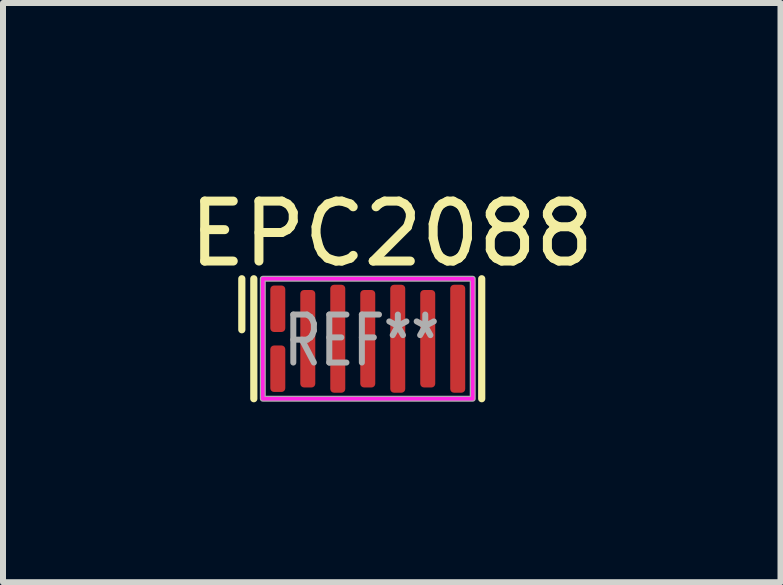
<source format=kicad_pcb>
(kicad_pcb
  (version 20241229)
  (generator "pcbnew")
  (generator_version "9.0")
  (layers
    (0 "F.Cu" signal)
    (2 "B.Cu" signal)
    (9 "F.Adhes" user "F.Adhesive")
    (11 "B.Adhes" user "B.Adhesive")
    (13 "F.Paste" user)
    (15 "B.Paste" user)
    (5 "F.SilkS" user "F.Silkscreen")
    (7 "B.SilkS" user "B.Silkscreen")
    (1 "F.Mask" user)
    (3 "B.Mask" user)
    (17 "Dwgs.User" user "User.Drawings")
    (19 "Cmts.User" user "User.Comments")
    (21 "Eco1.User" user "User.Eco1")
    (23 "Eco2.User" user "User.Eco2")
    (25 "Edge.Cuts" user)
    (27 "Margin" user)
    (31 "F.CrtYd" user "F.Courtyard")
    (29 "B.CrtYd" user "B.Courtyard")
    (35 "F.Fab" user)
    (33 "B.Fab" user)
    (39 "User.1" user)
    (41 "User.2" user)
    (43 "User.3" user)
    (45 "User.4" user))
  (footprint "EPC2088"
    (layer "F.Cu")
    (at 3.082 2.598)
    (property "Reference" "EPC2088" (at 0.4 -1.75 0) (unlocked yes) (layer "F.SilkS") (effects (font (size 1 1) (thickness 0.15))))
    (attr smd)
    (fp_line (start -2.1 -1) (end -2.1 -0.15) (stroke (width 0.12) (type default)) (layer "F.SilkS"))
    (fp_line (start -1.9 -1) (end -1.9 1) (stroke (width 0.12) (type default)) (layer "F.SilkS"))
    (fp_line (start 1.9 -1) (end 1.9 1) (stroke (width 0.12) (type default)) (layer "F.SilkS"))
    (fp_rect (start -1.75 -1) (end 1.75 1) (stroke (width 0.06) (type default)) (fill no) (layer "F.CrtYd"))
    (fp_rect (start -1.75 -1) (end 1.75 1) (stroke (width 0.1) (type default)) (fill no) (layer "F.Fab"))
    (fp_text user "REF**" (at -1.45 0.5 0) (unlocked yes) (layer "F.Fab") (effects (font (size 0.8 0.6) (thickness 0.1) (bold yes)) (justify left bottom)))
    (pad "1" smd roundrect (at -1.5 -0.5) (size 0.25 0.775) (layers "F.Cu" "F.Mask" "F.Paste") (roundrect_rratio 0.25))
    (pad "2" smd roundrect (at -1.5 0.5) (size 0.25 0.775) (layers "F.Cu" "F.Mask" "F.Paste") (roundrect_rratio 0.25))
    (pad "3" smd roundrect (at -1 0) (size 0.25 1.625) (layers "F.Cu" "F.Mask" "F.Paste") (roundrect_rratio 0.25))
    (pad "4" smd roundrect (at -0.5 0) (size 0.25 1.8) (layers "F.Cu" "F.Mask" "F.Paste") (roundrect_rratio 0.25))
    (pad "5" smd roundrect (at 0 0) (size 0.25 1.625) (layers "F.Cu" "F.Mask" "F.Paste") (roundrect_rratio 0.25))
    (pad "6" smd roundrect (at 0.5 0) (size 0.25 1.8) (layers "F.Cu" "F.Mask" "F.Paste") (roundrect_rratio 0.25))
    (pad "7" smd roundrect (at 1 0) (size 0.25 1.625) (layers "F.Cu" "F.Mask" "F.Paste") (roundrect_rratio 0.25))
    (pad "8" smd roundrect (at 1.5 0) (size 0.25 1.8) (layers "F.Cu" "F.Mask" "F.Paste") (roundrect_rratio 0.25)))
  (gr_rect
    (start -3 -3)
    (end 9.964 6.658)
    (stroke (width 0.1) (type default))
    (fill no)
    (layer "Edge.Cuts")))
</source>
